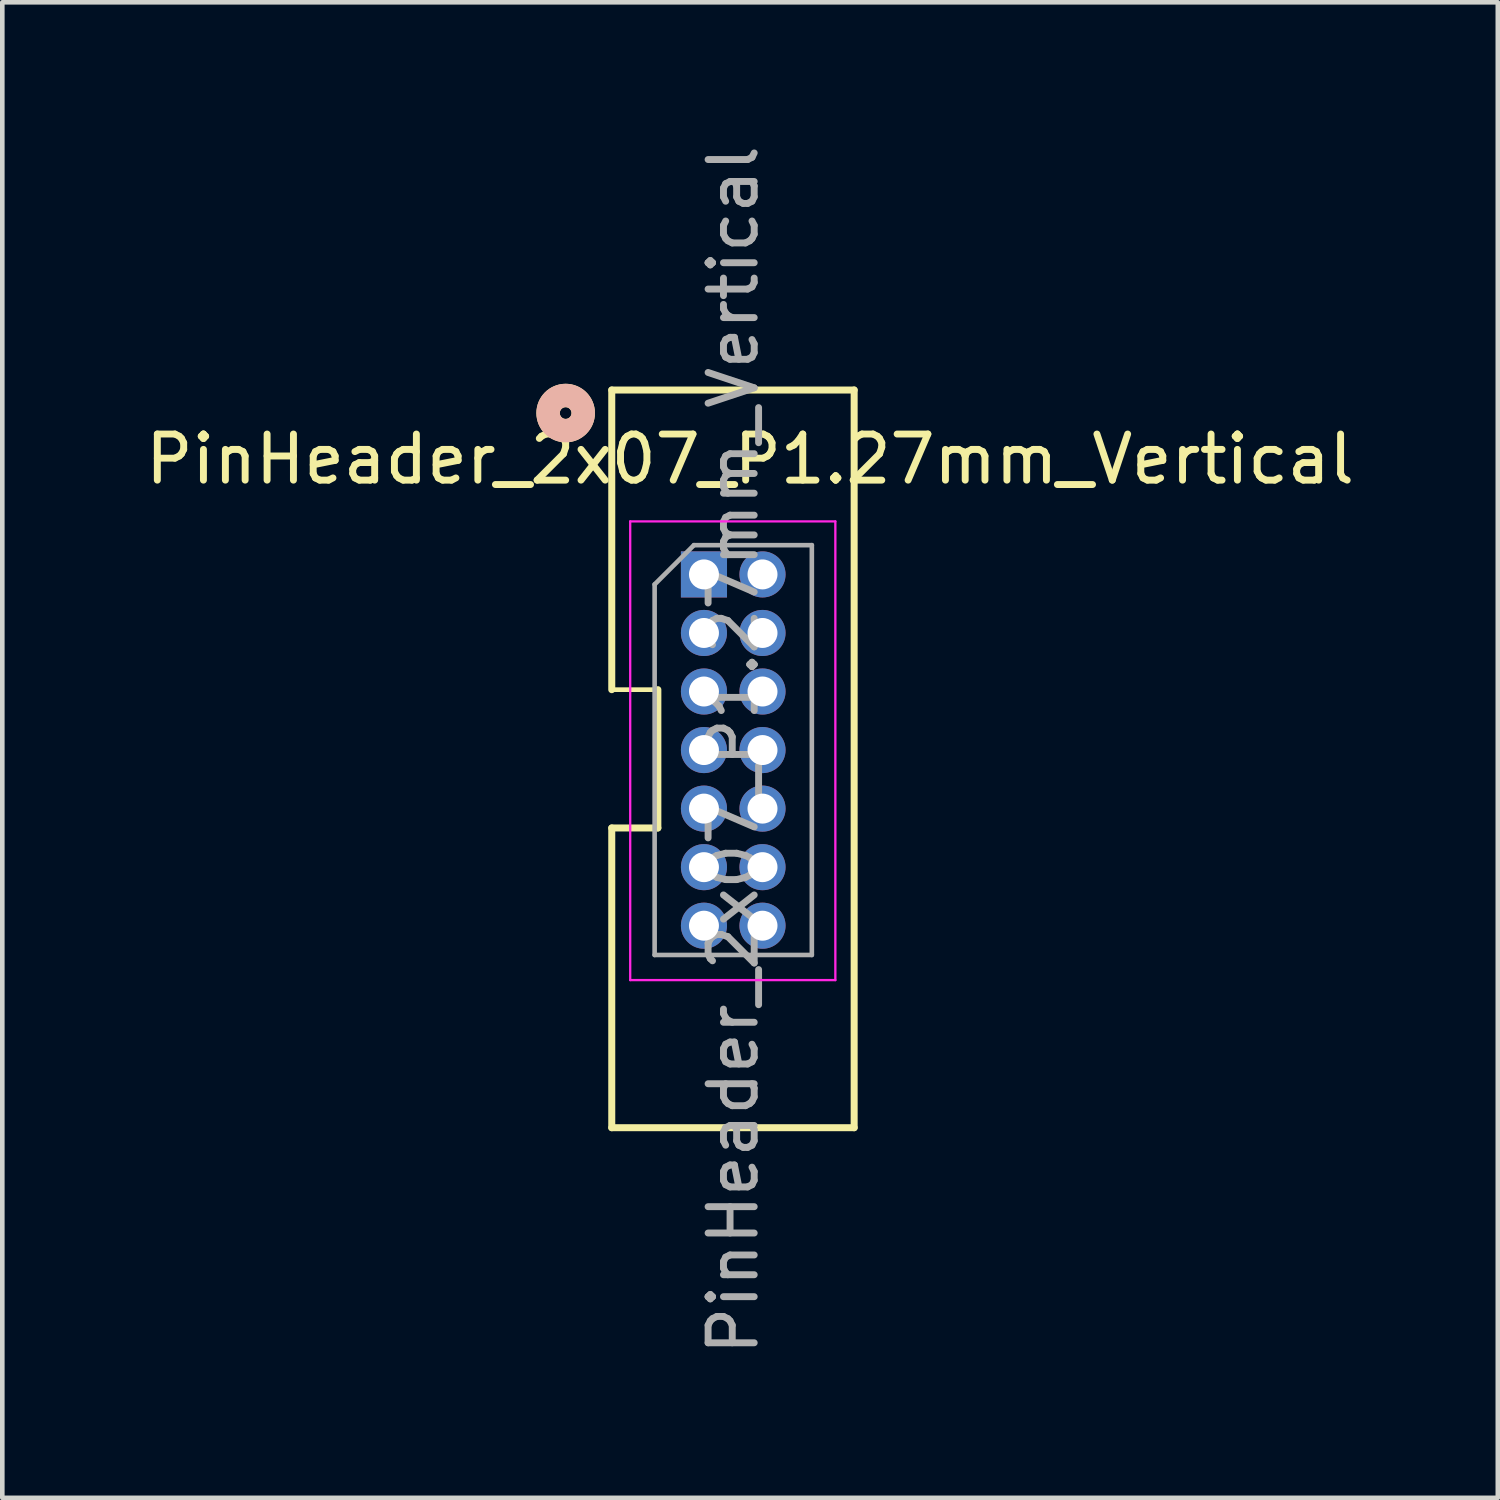
<source format=kicad_pcb>
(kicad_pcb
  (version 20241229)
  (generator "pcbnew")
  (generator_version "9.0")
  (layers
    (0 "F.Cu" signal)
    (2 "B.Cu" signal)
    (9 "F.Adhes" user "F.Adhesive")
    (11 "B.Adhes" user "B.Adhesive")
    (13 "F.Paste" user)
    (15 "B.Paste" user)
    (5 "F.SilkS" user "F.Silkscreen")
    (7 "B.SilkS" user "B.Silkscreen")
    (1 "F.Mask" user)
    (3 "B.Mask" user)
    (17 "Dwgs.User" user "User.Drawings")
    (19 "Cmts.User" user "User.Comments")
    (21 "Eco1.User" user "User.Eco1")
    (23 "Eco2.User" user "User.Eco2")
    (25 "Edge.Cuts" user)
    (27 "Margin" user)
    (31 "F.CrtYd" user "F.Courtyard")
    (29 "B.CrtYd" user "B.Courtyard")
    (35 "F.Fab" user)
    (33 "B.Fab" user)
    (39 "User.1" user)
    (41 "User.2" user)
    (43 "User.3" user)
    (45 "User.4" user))
  (footprint "PinHeader_2x07_P1.27mm_Vertical"
    (layer "F.Cu")
    (at 12.22 9.41)
    (property "Reference" "PinHeader_2x07_P1.27mm_Vertical" (at 1 -2.5 0) (layer "F.SilkS") (effects (font (size 1 1) (thickness 0.15))))
    (attr through_hole)
    (fp_line (start -2 -4) (end 3.258 -4) (stroke (width 0.152) (type solid)) (layer "F.SilkS"))
    (fp_line (start -2 2.5) (end -2 -4) (stroke (width 0.152) (type solid)) (layer "F.SilkS"))
    (fp_line (start -2 12.002) (end -2 5.5) (stroke (width 0.152) (type solid)) (layer "F.SilkS"))
    (fp_line (start -1 2.5) (end -2 2.5) (stroke (width 0.1) (type default)) (layer "F.SilkS"))
    (fp_line (start -1 5.5) (end -2 5.5) (stroke (width 0.152) (type default)) (layer "F.SilkS"))
    (fp_line (start -1 5.5) (end -1 2.5) (stroke (width 0.152) (type solid)) (layer "F.SilkS"))
    (fp_line (start 3.258 -4) (end 3.258 12.002) (stroke (width 0.152) (type solid)) (layer "F.SilkS"))
    (fp_line (start 3.258 12.002) (end -2 12.002) (stroke (width 0.152) (type solid)) (layer "F.SilkS"))
    (fp_circle (center -3 -3.5) (end -3 -3.119) (stroke (width 0.508) (type solid)) (fill no) (layer "F.SilkS"))
    (fp_circle (center -3 -3.5) (end -3 -3.119) (stroke (width 0.508) (type solid)) (fill no) (layer "B.SilkS"))
    (fp_line (start -1.6 -1.15) (end -1.6 8.8) (stroke (width 0.05) (type solid)) (layer "F.CrtYd"))
    (fp_line (start -1.6 8.8) (end 2.85 8.8) (stroke (width 0.05) (type solid)) (layer "F.CrtYd"))
    (fp_line (start 2.85 -1.15) (end -1.6 -1.15) (stroke (width 0.05) (type solid)) (layer "F.CrtYd"))
    (fp_line (start 2.85 8.8) (end 2.85 -1.15) (stroke (width 0.05) (type solid)) (layer "F.CrtYd"))
    (fp_line (start -1.07 0.217) (end -0.217 -0.635) (stroke (width 0.1) (type solid)) (layer "F.Fab"))
    (fp_line (start -1.07 8.255) (end -1.07 0.217) (stroke (width 0.1) (type solid)) (layer "F.Fab"))
    (fp_line (start -0.217 -0.635) (end 2.34 -0.635) (stroke (width 0.1) (type solid)) (layer "F.Fab"))
    (fp_line (start 2.34 -0.635) (end 2.34 8.255) (stroke (width 0.1) (type solid)) (layer "F.Fab"))
    (fp_line (start 2.34 8.255) (end -1.07 8.255) (stroke (width 0.1) (type solid)) (layer "F.Fab"))
    (fp_text user "${REFERENCE}" (at 0.635 3.81 90) (layer "F.Fab") (effects (font (size 1 1) (thickness 0.15))))
    (pad "1" thru_hole rect (at 0 0) (size 1 1) (drill 0.65) (layers "*.Cu" "*.Mask"))
    (pad "2" thru_hole oval (at 1.27 0) (size 1 1) (drill 0.65) (layers "*.Cu" "*.Mask"))
    (pad "3" thru_hole oval (at 0 1.27) (size 1 1) (drill 0.65) (layers "*.Cu" "*.Mask"))
    (pad "4" thru_hole oval (at 1.27 1.27) (size 1 1) (drill 0.65) (layers "*.Cu" "*.Mask"))
    (pad "5" thru_hole oval (at 0 2.54) (size 1 1) (drill 0.65) (layers "*.Cu" "*.Mask"))
    (pad "6" thru_hole oval (at 1.27 2.54) (size 1 1) (drill 0.65) (layers "*.Cu" "*.Mask"))
    (pad "7" thru_hole oval (at 0 3.81) (size 1 1) (drill 0.65) (layers "*.Cu" "*.Mask"))
    (pad "8" thru_hole oval (at 1.27 3.81) (size 1 1) (drill 0.65) (layers "*.Cu" "*.Mask"))
    (pad "9" thru_hole oval (at 0 5.08) (size 1 1) (drill 0.65) (layers "*.Cu" "*.Mask"))
    (pad "10" thru_hole oval (at 1.27 5.08) (size 1 1) (drill 0.65) (layers "*.Cu" "*.Mask"))
    (pad "11" thru_hole oval (at 0 6.35) (size 1 1) (drill 0.65) (layers "*.Cu" "*.Mask"))
    (pad "12" thru_hole oval (at 1.27 6.35) (size 1 1) (drill 0.65) (layers "*.Cu" "*.Mask"))
    (pad "13" thru_hole oval (at 0 7.62) (size 1 1) (drill 0.65) (layers "*.Cu" "*.Mask"))
    (pad "14" thru_hole oval (at 1.27 7.62) (size 1 1) (drill 0.65) (layers "*.Cu" "*.Mask")))
  (gr_rect
    (start -3 -3)
    (end 29.44 29.44)
    (stroke (width 0.1) (type default))
    (fill no)
    (layer "Edge.Cuts")))
</source>
